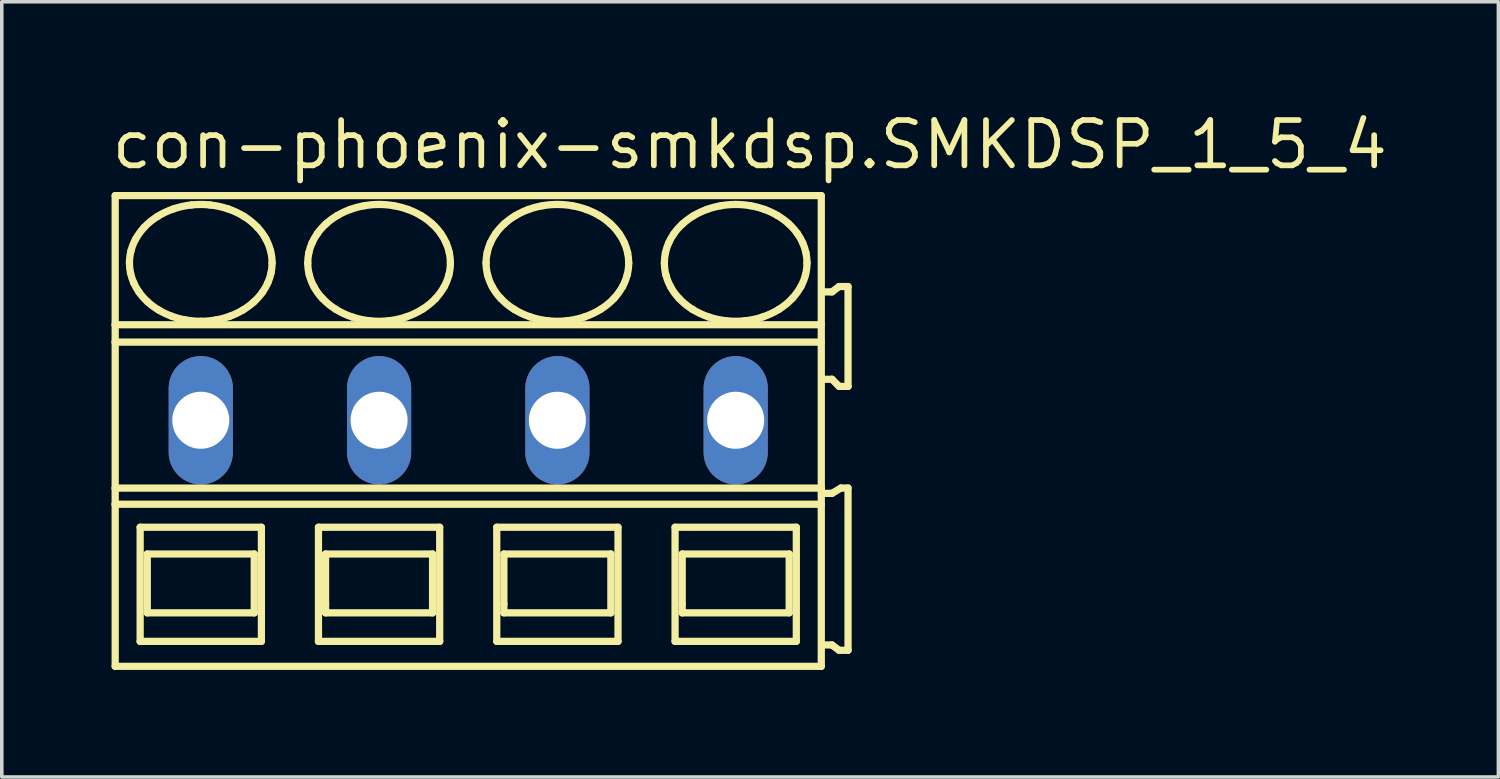
<source format=kicad_pcb>
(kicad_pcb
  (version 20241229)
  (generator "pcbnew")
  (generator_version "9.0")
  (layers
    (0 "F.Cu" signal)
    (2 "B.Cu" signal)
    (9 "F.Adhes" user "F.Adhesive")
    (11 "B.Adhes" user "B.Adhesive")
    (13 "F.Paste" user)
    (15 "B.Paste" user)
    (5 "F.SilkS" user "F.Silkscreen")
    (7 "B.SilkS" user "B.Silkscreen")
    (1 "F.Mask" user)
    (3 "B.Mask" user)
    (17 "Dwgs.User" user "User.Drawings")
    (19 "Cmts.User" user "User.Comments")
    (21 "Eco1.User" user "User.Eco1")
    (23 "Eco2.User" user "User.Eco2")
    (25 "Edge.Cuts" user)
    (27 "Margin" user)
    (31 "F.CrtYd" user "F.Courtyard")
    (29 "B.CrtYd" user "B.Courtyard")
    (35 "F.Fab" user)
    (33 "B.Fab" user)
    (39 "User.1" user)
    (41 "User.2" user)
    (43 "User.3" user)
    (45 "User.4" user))
  (footprint "con-phoenix-smkdsp.SMKDSP_1_5_4"
    (layer "F.Cu")
    (at 5.08 8.735)
    (property "Reference" "con-phoenix-smkdsp.SMKDSP_1_5_4" (at -5.08 -6.985 0) (layer "F.SilkS") (effects (font (size 1.27 1.27) (thickness 0.16)) (justify left bottom)))
    (attr through_hole)
    (fp_line (start -4.9 -6.3) (end -4.9 -2.679) (stroke (width 0.203) (type default)) (layer "F.SilkS"))
    (fp_line (start -4.9 -2.679) (end -4.9 -2.192) (stroke (width 0.203) (type default)) (layer "F.SilkS"))
    (fp_line (start -4.9 -2.192) (end -4.9 1.902) (stroke (width 0.203) (type default)) (layer "F.SilkS"))
    (fp_line (start -4.9 1.902) (end -4.9 2.354) (stroke (width 0.203) (type default)) (layer "F.SilkS"))
    (fp_line (start -4.9 2.354) (end -4.9 6.9) (stroke (width 0.203) (type default)) (layer "F.SilkS"))
    (fp_line (start -4.9 6.9) (end 14.9 6.9) (stroke (width 0.203) (type default)) (layer "F.SilkS"))
    (fp_line (start -4.2 3) (end -4.2 6.2) (stroke (width 0.203) (type default)) (layer "F.SilkS"))
    (fp_line (start -4.2 6.2) (end -0.8 6.2) (stroke (width 0.203) (type default)) (layer "F.SilkS"))
    (fp_line (start -4 3.75) (end -4 5.4) (stroke (width 0.203) (type default)) (layer "F.SilkS"))
    (fp_line (start -4 5.4) (end -1 5.4) (stroke (width 0.203) (type default)) (layer "F.SilkS"))
    (fp_line (start -1 3.75) (end -4 3.75) (stroke (width 0.203) (type default)) (layer "F.SilkS"))
    (fp_line (start -1 5.4) (end -1 3.75) (stroke (width 0.203) (type default)) (layer "F.SilkS"))
    (fp_line (start -0.8 3) (end -4.2 3) (stroke (width 0.203) (type default)) (layer "F.SilkS"))
    (fp_line (start -0.8 6.2) (end -0.8 3) (stroke (width 0.203) (type default)) (layer "F.SilkS"))
    (fp_line (start 0.8 3) (end 0.8 6.2) (stroke (width 0.203) (type default)) (layer "F.SilkS"))
    (fp_line (start 0.8 6.2) (end 4.2 6.2) (stroke (width 0.203) (type default)) (layer "F.SilkS"))
    (fp_line (start 1 3.75) (end 1 5.15) (stroke (width 0.203) (type default)) (layer "F.SilkS"))
    (fp_line (start 1 5.15) (end 1 5.4) (stroke (width 0.203) (type default)) (layer "F.SilkS"))
    (fp_line (start 1 5.4) (end 4 5.4) (stroke (width 0.203) (type default)) (layer "F.SilkS"))
    (fp_line (start 4 3.75) (end 1 3.75) (stroke (width 0.203) (type default)) (layer "F.SilkS"))
    (fp_line (start 4 5.4) (end 4 3.75) (stroke (width 0.203) (type default)) (layer "F.SilkS"))
    (fp_line (start 4.2 3) (end 0.8 3) (stroke (width 0.203) (type default)) (layer "F.SilkS"))
    (fp_line (start 4.2 6.2) (end 4.2 3) (stroke (width 0.203) (type default)) (layer "F.SilkS"))
    (fp_line (start 5.8 3) (end 5.8 6.2) (stroke (width 0.203) (type default)) (layer "F.SilkS"))
    (fp_line (start 5.8 6.2) (end 9.2 6.2) (stroke (width 0.203) (type default)) (layer "F.SilkS"))
    (fp_line (start 6 3.75) (end 6 5.15) (stroke (width 0.203) (type default)) (layer "F.SilkS"))
    (fp_line (start 6 5.15) (end 6 5.4) (stroke (width 0.203) (type default)) (layer "F.SilkS"))
    (fp_line (start 6 5.4) (end 9 5.4) (stroke (width 0.203) (type default)) (layer "F.SilkS"))
    (fp_line (start 9 3.75) (end 6 3.75) (stroke (width 0.203) (type default)) (layer "F.SilkS"))
    (fp_line (start 9 5.4) (end 9 3.75) (stroke (width 0.203) (type default)) (layer "F.SilkS"))
    (fp_line (start 9.2 3) (end 5.8 3) (stroke (width 0.203) (type default)) (layer "F.SilkS"))
    (fp_line (start 9.2 6.2) (end 9.2 3) (stroke (width 0.203) (type default)) (layer "F.SilkS"))
    (fp_line (start 10.8 3) (end 10.8 6.2) (stroke (width 0.203) (type default)) (layer "F.SilkS"))
    (fp_line (start 10.8 6.2) (end 14.2 6.2) (stroke (width 0.203) (type default)) (layer "F.SilkS"))
    (fp_line (start 11 3.75) (end 11 5.15) (stroke (width 0.203) (type default)) (layer "F.SilkS"))
    (fp_line (start 11 5.15) (end 11 5.4) (stroke (width 0.203) (type default)) (layer "F.SilkS"))
    (fp_line (start 11 5.4) (end 14 5.4) (stroke (width 0.203) (type default)) (layer "F.SilkS"))
    (fp_line (start 14 3.75) (end 11 3.75) (stroke (width 0.203) (type default)) (layer "F.SilkS"))
    (fp_line (start 14 5.4) (end 14 3.75) (stroke (width 0.203) (type default)) (layer "F.SilkS"))
    (fp_line (start 14.2 3) (end 10.8 3) (stroke (width 0.203) (type default)) (layer "F.SilkS"))
    (fp_line (start 14.2 6.2) (end 14.2 3) (stroke (width 0.203) (type default)) (layer "F.SilkS"))
    (fp_line (start 14.9 -6.3) (end -4.9 -6.3) (stroke (width 0.203) (type default)) (layer "F.SilkS"))
    (fp_line (start 14.9 -2.679) (end -4.9 -2.679) (stroke (width 0.203) (type default)) (layer "F.SilkS"))
    (fp_line (start 14.9 -2.679) (end 14.9 -6.3) (stroke (width 0.203) (type default)) (layer "F.SilkS"))
    (fp_line (start 14.9 -2.192) (end -4.9 -2.192) (stroke (width 0.203) (type default)) (layer "F.SilkS"))
    (fp_line (start 14.9 -2.192) (end 14.9 -2.679) (stroke (width 0.203) (type default)) (layer "F.SilkS"))
    (fp_line (start 14.9 1.902) (end -4.9 1.902) (stroke (width 0.203) (type default)) (layer "F.SilkS"))
    (fp_line (start 14.9 1.902) (end 14.9 -2.192) (stroke (width 0.203) (type default)) (layer "F.SilkS"))
    (fp_line (start 14.9 2.354) (end -4.9 2.354) (stroke (width 0.203) (type default)) (layer "F.SilkS"))
    (fp_line (start 14.9 2.354) (end 14.9 1.902) (stroke (width 0.203) (type default)) (layer "F.SilkS"))
    (fp_line (start 14.9 6.9) (end 14.9 2.354) (stroke (width 0.203) (type default)) (layer "F.SilkS"))
    (fp_line (start 15 -1.15) (end 15.2 -1.15) (stroke (width 0.203) (type default)) (layer "F.SilkS"))
    (fp_line (start 15 6.3) (end 15.2 6.3) (stroke (width 0.203) (type default)) (layer "F.SilkS"))
    (fp_line (start 15.2 -3.6) (end 15 -3.6) (stroke (width 0.203) (type default)) (layer "F.SilkS"))
    (fp_line (start 15.2 -1.15) (end 15.4 -0.95) (stroke (width 0.203) (type default)) (layer "F.SilkS"))
    (fp_line (start 15.2 2.05) (end 15 2.05) (stroke (width 0.203) (type default)) (layer "F.SilkS"))
    (fp_line (start 15.2 6.3) (end 15.4 6.45) (stroke (width 0.203) (type default)) (layer "F.SilkS"))
    (fp_line (start 15.4 -3.75) (end 15.2 -3.6) (stroke (width 0.203) (type default)) (layer "F.SilkS"))
    (fp_line (start 15.4 -0.95) (end 15.65 -0.95) (stroke (width 0.203) (type default)) (layer "F.SilkS"))
    (fp_line (start 15.4 6.45) (end 15.65 6.45) (stroke (width 0.203) (type default)) (layer "F.SilkS"))
    (fp_line (start 15.45 1.9) (end 15.2 2.05) (stroke (width 0.203) (type default)) (layer "F.SilkS"))
    (fp_line (start 15.65 -3.75) (end 15.4 -3.75) (stroke (width 0.203) (type default)) (layer "F.SilkS"))
    (fp_line (start 15.65 -0.95) (end 15.65 -3.75) (stroke (width 0.203) (type default)) (layer "F.SilkS"))
    (fp_line (start 15.65 1.9) (end 15.45 1.9) (stroke (width 0.203) (type default)) (layer "F.SilkS"))
    (fp_line (start 15.65 6.45) (end 15.65 1.9) (stroke (width 0.203) (type default)) (layer "F.SilkS"))
    (fp_arc (start -4.5 -4.4136) (mid -4.488905 -4.585389) (end -4.4562 -4.7544) (stroke (width 0.2032) (type default)) (layer "F.SilkS"))
    (fp_arc (start -4.4695 -4.1287) (mid -4.492309 -4.270341) (end -4.5 -4.4136) (stroke (width 0.2032) (type default)) (layer "F.SilkS"))
    (fp_arc (start -4.4562 -4.7544) (mid -4.401558 -4.920839) (end -4.3273 -5.0795) (stroke (width 0.2032) (type default)) (layer "F.SilkS"))
    (fp_arc (start -4.3795 -3.8536) (mid -4.431599 -3.988827) (end -4.4695 -4.1287) (stroke (width 0.2032) (type default)) (layer "F.SilkS"))
    (fp_arc (start -4.3274 -5.0795) (mid -4.216217 -5.252167) (end -4.0864 -5.4113) (stroke (width 0.2032) (type default)) (layer "F.SilkS"))
    (fp_arc (start -4.232 -3.5945) (mid -4.312155 -3.720404) (end -4.3795 -3.8536) (stroke (width 0.2032) (type default)) (layer "F.SilkS"))
    (fp_arc (start -4.0864 -5.4113) (mid -3.911717 -5.573771) (end -3.718 -5.713) (stroke (width 0.2032) (type default)) (layer "F.SilkS"))
    (fp_arc (start -3.9861 -3.3171) (mid -4.116737 -3.448975) (end -4.2321 -3.5944) (stroke (width 0.2032) (type default)) (layer "F.SilkS"))
    (fp_arc (start -3.718 -5.713) (mid -3.497651 -5.83326) (end -3.2649 -5.9273) (stroke (width 0.2032) (type default)) (layer "F.SilkS"))
    (fp_arc (start -3.676 -3.0884) (mid -3.836846 -3.19489) (end -3.9861 -3.3171) (stroke (width 0.2032) (type default)) (layer "F.SilkS"))
    (fp_arc (start -3.313 -2.9167) (mid -3.498551 -2.993985) (end -3.676 -3.0884) (stroke (width 0.2032) (type default)) (layer "F.SilkS"))
    (fp_arc (start -3.2649 -5.9273) (mid -3.016253 -5.996227) (end -2.7616 -6.0378) (stroke (width 0.2032) (type default)) (layer "F.SilkS"))
    (fp_arc (start -2.9161 -2.8111) (mid -3.116893 -2.855096) (end -3.313 -2.9167) (stroke (width 0.2032) (type default)) (layer "F.SilkS"))
    (fp_arc (start -2.7616 -6.0378) (mid -2.5 -6.051841) (end -2.2384 -6.0378) (stroke (width 0.2032) (type default)) (layer "F.SilkS"))
    (fp_arc (start -2.5 -2.7752) (mid -2.708826 -2.784159) (end -2.9161 -2.8111) (stroke (width 0.2032) (type default)) (layer "F.SilkS"))
    (fp_arc (start -2.2384 -6.0378) (mid -1.983714 -5.996378) (end -1.7351 -5.9273) (stroke (width 0.2032) (type default)) (layer "F.SilkS"))
    (fp_arc (start -2.0839 -2.8111) (mid -2.291182 -2.784277) (end -2.5 -2.7753) (stroke (width 0.2032) (type default)) (layer "F.SilkS"))
    (fp_arc (start -1.7351 -5.9273) (mid -1.502222 -5.83353) (end -1.282 -5.713) (stroke (width 0.2032) (type default)) (layer "F.SilkS"))
    (fp_arc (start -1.687 -2.9167) (mid -1.883128 -2.855175) (end -2.0839 -2.8111) (stroke (width 0.2032) (type default)) (layer "F.SilkS"))
    (fp_arc (start -1.324 -3.0884) (mid -1.501514 -2.994123) (end -1.687 -2.9167) (stroke (width 0.2032) (type default)) (layer "F.SilkS"))
    (fp_arc (start -1.282 -5.713) (mid -1.088036 -5.574073) (end -0.9136 -5.4113) (stroke (width 0.2032) (type default)) (layer "F.SilkS"))
    (fp_arc (start -1.0139 -3.3171) (mid -1.163276 -3.195057) (end -1.324 -3.0884) (stroke (width 0.2032) (type default)) (layer "F.SilkS"))
    (fp_arc (start -0.9137 -5.4112) (mid -0.781313 -5.253987) (end -0.6727 -5.0795) (stroke (width 0.2032) (type default)) (layer "F.SilkS"))
    (fp_arc (start -0.7679 -3.5944) (mid -0.88339 -3.449088) (end -1.0139 -3.3171) (stroke (width 0.2032) (type default)) (layer "F.SilkS"))
    (fp_arc (start -0.6727 -5.0795) (mid -0.598286 -4.920901) (end -0.5438 -4.7544) (stroke (width 0.2032) (type default)) (layer "F.SilkS"))
    (fp_arc (start -0.6204 -3.8536) (mid -0.687861 -3.720421) (end -0.7679 -3.5944) (stroke (width 0.2032) (type default)) (layer "F.SilkS"))
    (fp_arc (start -0.5438 -4.7544) (mid -0.511083 -4.58539) (end -0.5 -4.4136) (stroke (width 0.2032) (type default)) (layer "F.SilkS"))
    (fp_arc (start -0.5305 -4.1287) (mid -0.568473 -3.988851) (end -0.6205 -3.8536) (stroke (width 0.2032) (type default)) (layer "F.SilkS"))
    (fp_arc (start -0.5001 -4.4136) (mid -0.50774 -4.270343) (end -0.5305 -4.1287) (stroke (width 0.2032) (type default)) (layer "F.SilkS"))
    (fp_arc (start 0.5 -4.4136) (mid 0.507693 -4.556809) (end 0.5305 -4.6984) (stroke (width 0.2032) (type default)) (layer "F.SilkS"))
    (fp_arc (start 0.5305 -4.6984) (mid 0.568467 -4.8383) (end 0.6205 -4.9736) (stroke (width 0.2032) (type default)) (layer "F.SilkS"))
    (fp_arc (start 0.5438 -4.0727) (mid 0.511073 -4.241759) (end 0.5 -4.4136) (stroke (width 0.2032) (type default)) (layer "F.SilkS"))
    (fp_arc (start 0.6204 -4.9736) (mid 0.687866 -5.106728) (end 0.7679 -5.2327) (stroke (width 0.2032) (type default)) (layer "F.SilkS"))
    (fp_arc (start 0.6727 -3.7476) (mid 0.598288 -3.9062) (end 0.5438 -4.0727) (stroke (width 0.2032) (type default)) (layer "F.SilkS"))
    (fp_arc (start 0.7679 -5.2327) (mid 0.883386 -5.378016) (end 1.0139 -5.51) (stroke (width 0.2032) (type default)) (layer "F.SilkS"))
    (fp_arc (start 0.9136 -3.4159) (mid 0.781267 -3.57312) (end 0.6727 -3.7476) (stroke (width 0.2032) (type default)) (layer "F.SilkS"))
    (fp_arc (start 1.0139 -5.51) (mid 1.163277 -5.632042) (end 1.324 -5.7387) (stroke (width 0.2032) (type default)) (layer "F.SilkS"))
    (fp_arc (start 1.282 -3.1141) (mid 1.088032 -3.253077) (end 0.9136 -3.4159) (stroke (width 0.2032) (type default)) (layer "F.SilkS"))
    (fp_arc (start 1.324 -5.7387) (mid 1.501514 -5.832977) (end 1.687 -5.9104) (stroke (width 0.2032) (type default)) (layer "F.SilkS"))
    (fp_arc (start 1.687 -5.9104) (mid 1.883128 -5.971925) (end 2.0839 -6.016) (stroke (width 0.2032) (type default)) (layer "F.SilkS"))
    (fp_arc (start 1.7351 -2.8998) (mid 1.502222 -2.993571) (end 1.282 -3.1141) (stroke (width 0.2032) (type default)) (layer "F.SilkS"))
    (fp_arc (start 2.0839 -6.0161) (mid 2.291183 -6.042919) (end 2.5 -6.0519) (stroke (width 0.2032) (type default)) (layer "F.SilkS"))
    (fp_arc (start 2.2384 -2.7893) (mid 1.983714 -2.830721) (end 1.7351 -2.8998) (stroke (width 0.2032) (type default)) (layer "F.SilkS"))
    (fp_arc (start 2.5 -6.0519) (mid 2.708826 -6.042941) (end 2.9161 -6.016) (stroke (width 0.2032) (type default)) (layer "F.SilkS"))
    (fp_arc (start 2.7616 -2.7893) (mid 2.5 -2.775259) (end 2.2384 -2.7893) (stroke (width 0.2032) (type default)) (layer "F.SilkS"))
    (fp_arc (start 2.9161 -6.016) (mid 3.116893 -5.972004) (end 3.313 -5.9104) (stroke (width 0.2032) (type default)) (layer "F.SilkS"))
    (fp_arc (start 3.2649 -2.8998) (mid 3.016253 -2.830873) (end 2.7616 -2.7893) (stroke (width 0.2032) (type default)) (layer "F.SilkS"))
    (fp_arc (start 3.313 -5.9104) (mid 3.498552 -5.833116) (end 3.676 -5.7387) (stroke (width 0.2032) (type default)) (layer "F.SilkS"))
    (fp_arc (start 3.676 -5.7387) (mid 3.836846 -5.632209) (end 3.9861 -5.51) (stroke (width 0.2032) (type default)) (layer "F.SilkS"))
    (fp_arc (start 3.718 -3.1141) (mid 3.497651 -2.993839) (end 3.2649 -2.8998) (stroke (width 0.2032) (type default)) (layer "F.SilkS"))
    (fp_arc (start 3.9861 -5.51) (mid 4.116738 -5.378126) (end 4.2321 -5.2327) (stroke (width 0.2032) (type default)) (layer "F.SilkS"))
    (fp_arc (start 4.0864 -3.4159) (mid 3.911721 -3.253378) (end 3.718 -3.1141) (stroke (width 0.2032) (type default)) (layer "F.SilkS"))
    (fp_arc (start 4.2321 -5.2327) (mid 4.312204 -5.106793) (end 4.3795 -4.9736) (stroke (width 0.2032) (type default)) (layer "F.SilkS"))
    (fp_arc (start 4.3273 -3.7476) (mid 4.216161 -3.574988) (end 4.0864 -3.4159) (stroke (width 0.2032) (type default)) (layer "F.SilkS"))
    (fp_arc (start 4.3795 -4.9736) (mid 4.431605 -4.838324) (end 4.4695 -4.6984) (stroke (width 0.2032) (type default)) (layer "F.SilkS"))
    (fp_arc (start 4.4562 -4.0727) (mid 4.401557 -3.906262) (end 4.3273 -3.7476) (stroke (width 0.2032) (type default)) (layer "F.SilkS"))
    (fp_arc (start 4.4695 -4.6984) (mid 4.4923 -4.556809) (end 4.5 -4.4136) (stroke (width 0.2032) (type default)) (layer "F.SilkS"))
    (fp_arc (start 4.5 -4.4136) (mid 4.488914 -4.241761) (end 4.4562 -4.0727) (stroke (width 0.2032) (type default)) (layer "F.SilkS"))
    (fp_arc (start 5.5 -4.4136) (mid 5.507693 -4.556809) (end 5.5305 -4.6984) (stroke (width 0.2032) (type default)) (layer "F.SilkS"))
    (fp_arc (start 5.5305 -4.6984) (mid 5.568467 -4.8383) (end 5.6205 -4.9736) (stroke (width 0.2032) (type default)) (layer "F.SilkS"))
    (fp_arc (start 5.5438 -4.0727) (mid 5.511073 -4.241759) (end 5.5 -4.4136) (stroke (width 0.2032) (type default)) (layer "F.SilkS"))
    (fp_arc (start 5.6204 -4.9736) (mid 5.687866 -5.106728) (end 5.7679 -5.2327) (stroke (width 0.2032) (type default)) (layer "F.SilkS"))
    (fp_arc (start 5.6727 -3.7476) (mid 5.598288 -3.9062) (end 5.5438 -4.0727) (stroke (width 0.2032) (type default)) (layer "F.SilkS"))
    (fp_arc (start 5.7679 -5.2327) (mid 5.883386 -5.378016) (end 6.0139 -5.51) (stroke (width 0.2032) (type default)) (layer "F.SilkS"))
    (fp_arc (start 5.9136 -3.4159) (mid 5.781267 -3.57312) (end 5.6727 -3.7476) (stroke (width 0.2032) (type default)) (layer "F.SilkS"))
    (fp_arc (start 6.0139 -5.51) (mid 6.163277 -5.632042) (end 6.324 -5.7387) (stroke (width 0.2032) (type default)) (layer "F.SilkS"))
    (fp_arc (start 6.282 -3.1141) (mid 6.088032 -3.253077) (end 5.9136 -3.4159) (stroke (width 0.2032) (type default)) (layer "F.SilkS"))
    (fp_arc (start 6.324 -5.7387) (mid 6.501514 -5.832977) (end 6.687 -5.9104) (stroke (width 0.2032) (type default)) (layer "F.SilkS"))
    (fp_arc (start 6.687 -5.9104) (mid 6.883128 -5.971925) (end 7.0839 -6.016) (stroke (width 0.2032) (type default)) (layer "F.SilkS"))
    (fp_arc (start 6.7351 -2.8998) (mid 6.502222 -2.993571) (end 6.282 -3.1141) (stroke (width 0.2032) (type default)) (layer "F.SilkS"))
    (fp_arc (start 7.0839 -6.0161) (mid 7.291183 -6.042919) (end 7.5 -6.0519) (stroke (width 0.2032) (type default)) (layer "F.SilkS"))
    (fp_arc (start 7.2384 -2.7893) (mid 6.983714 -2.830721) (end 6.7351 -2.8998) (stroke (width 0.2032) (type default)) (layer "F.SilkS"))
    (fp_arc (start 7.5 -6.0519) (mid 7.708826 -6.042941) (end 7.9161 -6.016) (stroke (width 0.2032) (type default)) (layer "F.SilkS"))
    (fp_arc (start 7.7616 -2.7893) (mid 7.5 -2.775259) (end 7.2384 -2.7893) (stroke (width 0.2032) (type default)) (layer "F.SilkS"))
    (fp_arc (start 7.9161 -6.016) (mid 8.116893 -5.972004) (end 8.313 -5.9104) (stroke (width 0.2032) (type default)) (layer "F.SilkS"))
    (fp_arc (start 8.2649 -2.8998) (mid 8.016253 -2.830873) (end 7.7616 -2.7893) (stroke (width 0.2032) (type default)) (layer "F.SilkS"))
    (fp_arc (start 8.313 -5.9104) (mid 8.498552 -5.833116) (end 8.676 -5.7387) (stroke (width 0.2032) (type default)) (layer "F.SilkS"))
    (fp_arc (start 8.676 -5.7387) (mid 8.836846 -5.632209) (end 8.9861 -5.51) (stroke (width 0.2032) (type default)) (layer "F.SilkS"))
    (fp_arc (start 8.718 -3.1141) (mid 8.497651 -2.993839) (end 8.2649 -2.8998) (stroke (width 0.2032) (type default)) (layer "F.SilkS"))
    (fp_arc (start 8.9861 -5.51) (mid 9.116738 -5.378126) (end 9.2321 -5.2327) (stroke (width 0.2032) (type default)) (layer "F.SilkS"))
    (fp_arc (start 9.0864 -3.4159) (mid 8.911721 -3.253378) (end 8.718 -3.1141) (stroke (width 0.2032) (type default)) (layer "F.SilkS"))
    (fp_arc (start 9.2321 -5.2327) (mid 9.312204 -5.106793) (end 9.3795 -4.9736) (stroke (width 0.2032) (type default)) (layer "F.SilkS"))
    (fp_arc (start 9.3273 -3.7476) (mid 9.216161 -3.574988) (end 9.0864 -3.4159) (stroke (width 0.2032) (type default)) (layer "F.SilkS"))
    (fp_arc (start 9.3795 -4.9736) (mid 9.431605 -4.838324) (end 9.4695 -4.6984) (stroke (width 0.2032) (type default)) (layer "F.SilkS"))
    (fp_arc (start 9.4562 -4.0727) (mid 9.401557 -3.906262) (end 9.3273 -3.7476) (stroke (width 0.2032) (type default)) (layer "F.SilkS"))
    (fp_arc (start 9.4695 -4.6984) (mid 9.4923 -4.556809) (end 9.5 -4.4136) (stroke (width 0.2032) (type default)) (layer "F.SilkS"))
    (fp_arc (start 9.5 -4.4136) (mid 9.488914 -4.241761) (end 9.4562 -4.0727) (stroke (width 0.2032) (type default)) (layer "F.SilkS"))
    (fp_arc (start 10.5 -4.4136) (mid 10.507693 -4.556809) (end 10.5305 -4.6984) (stroke (width 0.2032) (type default)) (layer "F.SilkS"))
    (fp_arc (start 10.5305 -4.6984) (mid 10.568467 -4.8383) (end 10.6205 -4.9736) (stroke (width 0.2032) (type default)) (layer "F.SilkS"))
    (fp_arc (start 10.5438 -4.0727) (mid 10.511073 -4.241759) (end 10.5 -4.4136) (stroke (width 0.2032) (type default)) (layer "F.SilkS"))
    (fp_arc (start 10.6204 -4.9736) (mid 10.687866 -5.106728) (end 10.7679 -5.2327) (stroke (width 0.2032) (type default)) (layer "F.SilkS"))
    (fp_arc (start 10.6727 -3.7476) (mid 10.598288 -3.9062) (end 10.5438 -4.0727) (stroke (width 0.2032) (type default)) (layer "F.SilkS"))
    (fp_arc (start 10.7679 -5.2327) (mid 10.883386 -5.378016) (end 11.0139 -5.51) (stroke (width 0.2032) (type default)) (layer "F.SilkS"))
    (fp_arc (start 10.9136 -3.4159) (mid 10.781267 -3.57312) (end 10.6727 -3.7476) (stroke (width 0.2032) (type default)) (layer "F.SilkS"))
    (fp_arc (start 11.0139 -5.51) (mid 11.163277 -5.632042) (end 11.324 -5.7387) (stroke (width 0.2032) (type default)) (layer "F.SilkS"))
    (fp_arc (start 11.282 -3.1141) (mid 11.088032 -3.253077) (end 10.9136 -3.4159) (stroke (width 0.2032) (type default)) (layer "F.SilkS"))
    (fp_arc (start 11.324 -5.7387) (mid 11.501514 -5.832977) (end 11.687 -5.9104) (stroke (width 0.2032) (type default)) (layer "F.SilkS"))
    (fp_arc (start 11.687 -5.9104) (mid 11.883128 -5.971925) (end 12.0839 -6.016) (stroke (width 0.2032) (type default)) (layer "F.SilkS"))
    (fp_arc (start 11.7351 -2.8998) (mid 11.502222 -2.993571) (end 11.282 -3.1141) (stroke (width 0.2032) (type default)) (layer "F.SilkS"))
    (fp_arc (start 12.0839 -6.0161) (mid 12.291183 -6.042919) (end 12.5 -6.0519) (stroke (width 0.2032) (type default)) (layer "F.SilkS"))
    (fp_arc (start 12.2384 -2.7893) (mid 11.983714 -2.830721) (end 11.7351 -2.8998) (stroke (width 0.2032) (type default)) (layer "F.SilkS"))
    (fp_arc (start 12.5 -6.0519) (mid 12.708826 -6.042941) (end 12.9161 -6.016) (stroke (width 0.2032) (type default)) (layer "F.SilkS"))
    (fp_arc (start 12.7616 -2.7893) (mid 12.5 -2.775259) (end 12.2384 -2.7893) (stroke (width 0.2032) (type default)) (layer "F.SilkS"))
    (fp_arc (start 12.9161 -6.016) (mid 13.116893 -5.972004) (end 13.313 -5.9104) (stroke (width 0.2032) (type default)) (layer "F.SilkS"))
    (fp_arc (start 13.2649 -2.8998) (mid 13.016253 -2.830873) (end 12.7616 -2.7893) (stroke (width 0.2032) (type default)) (layer "F.SilkS"))
    (fp_arc (start 13.313 -5.9104) (mid 13.498552 -5.833116) (end 13.676 -5.7387) (stroke (width 0.2032) (type default)) (layer "F.SilkS"))
    (fp_arc (start 13.676 -5.7387) (mid 13.836846 -5.632209) (end 13.9861 -5.51) (stroke (width 0.2032) (type default)) (layer "F.SilkS"))
    (fp_arc (start 13.718 -3.1141) (mid 13.497651 -2.993839) (end 13.2649 -2.8998) (stroke (width 0.2032) (type default)) (layer "F.SilkS"))
    (fp_arc (start 13.9861 -5.51) (mid 14.116738 -5.378126) (end 14.2321 -5.2327) (stroke (width 0.2032) (type default)) (layer "F.SilkS"))
    (fp_arc (start 14.0864 -3.4159) (mid 13.911721 -3.253378) (end 13.718 -3.1141) (stroke (width 0.2032) (type default)) (layer "F.SilkS"))
    (fp_arc (start 14.2321 -5.2327) (mid 14.312204 -5.106793) (end 14.3795 -4.9736) (stroke (width 0.2032) (type default)) (layer "F.SilkS"))
    (fp_arc (start 14.3273 -3.7476) (mid 14.216161 -3.574988) (end 14.0864 -3.4159) (stroke (width 0.2032) (type default)) (layer "F.SilkS"))
    (fp_arc (start 14.3795 -4.9736) (mid 14.431605 -4.838324) (end 14.4695 -4.6984) (stroke (width 0.2032) (type default)) (layer "F.SilkS"))
    (fp_arc (start 14.4562 -4.0727) (mid 14.401557 -3.906262) (end 14.3273 -3.7476) (stroke (width 0.2032) (type default)) (layer "F.SilkS"))
    (fp_arc (start 14.4695 -4.6984) (mid 14.4923 -4.556809) (end 14.5 -4.4136) (stroke (width 0.2032) (type default)) (layer "F.SilkS"))
    (fp_arc (start 14.5 -4.4136) (mid 14.488914 -4.241761) (end 14.4562 -4.0727) (stroke (width 0.2032) (type default)) (layer "F.SilkS"))
    (pad "1" thru_hole oval (at -2.5 0 90) (size 3.6 1.8) (drill 1.6) (layers "*.Cu" "*.Mask"))
    (pad "2" thru_hole oval (at 2.5 0 90) (size 3.6 1.8) (drill 1.6) (layers "*.Cu" "*.Mask"))
    (pad "3" thru_hole oval (at 7.5 0 90) (size 3.6 1.8) (drill 1.6) (layers "*.Cu" "*.Mask"))
    (pad "4" thru_hole oval (at 12.5 0 90) (size 3.6 1.8) (drill 1.6) (layers "*.Cu" "*.Mask")))
  (gr_rect
    (start -3 -3)
    (end 38.967 18.737)
    (stroke (width 0.1) (type default))
    (fill no)
    (layer "Edge.Cuts")))
</source>
